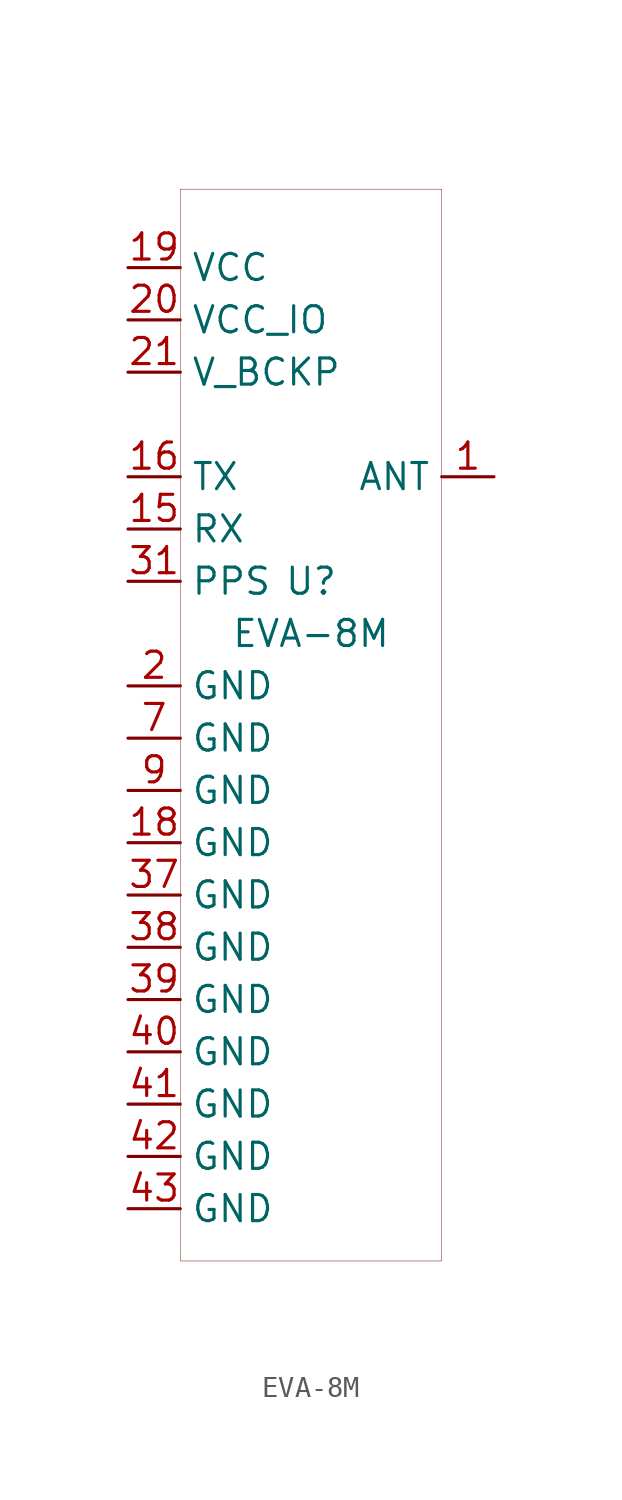
<source format=kicad_sym>
(kicad_symbol_lib
  (version 20201005)
  (generator kicad_symbol_editor)
  (symbol "SX1302:EVA-8M"
    (property "Reference" "U"
      (at 0 0 0)
      (effects (font (size 1.27 1.27))))
    (property "Value" "EVA-8M"
      (at 0 -2.54 0)
      (effects (font (size 1.27 1.27))))
    (symbol "EVA-8M_0_1"
      (rectangle (start -6.35 19.05) (end 6.35 -33.02) (stroke (width 0.001)) (fill (type none))))
    (symbol "EVA-8M_1_1"
      (pin input line (at -8.89 5.08 0) (length 2.54) (name "TX" (effects (font (size 1.27 1.27)))) (number "16" (effects (font (size 1.27 1.27)))))
      (pin input line (at -8.89 2.54 0) (length 2.54) (name "RX" (effects (font (size 1.27 1.27)))) (number "15" (effects (font (size 1.27 1.27)))))
      (pin input line (at -8.89 0 0) (length 2.54) (name "PPS" (effects (font (size 1.27 1.27)))) (number "31" (effects (font (size 1.27 1.27)))))
      (pin input line (at -8.89 -5.08 0) (length 2.54) (name "GND" (effects (font (size 1.27 1.27)))) (number "2" (effects (font (size 1.27 1.27)))))
      (pin input line (at -8.89 15.24 0) (length 2.54) (name "VCC" (effects (font (size 1.27 1.27)))) (number "19" (effects (font (size 1.27 1.27)))))
      (pin input line (at 8.89 5.08 180) (length 2.54) (name "ANT" (effects (font (size 1.27 1.27)))) (number "1" (effects (font (size 1.27 1.27)))))
      (pin input line (at -8.89 -7.62 0) (length 2.54) (name "GND" (effects (font (size 1.27 1.27)))) (number "7" (effects (font (size 1.27 1.27)))))
      (pin input line (at -8.89 -10.16 0) (length 2.54) (name "GND" (effects (font (size 1.27 1.27)))) (number "9" (effects (font (size 1.27 1.27)))))
      (pin input line (at -8.89 -12.7 0) (length 2.54) (name "GND" (effects (font (size 1.27 1.27)))) (number "18" (effects (font (size 1.27 1.27)))))
      (pin input line (at -8.89 12.7 0) (length 2.54) (name "VCC_IO" (effects (font (size 1.27 1.27)))) (number "20" (effects (font (size 1.27 1.27)))))
      (pin input line (at -8.89 10.16 0) (length 2.54) (name "V_BCKP" (effects (font (size 1.27 1.27)))) (number "21" (effects (font (size 1.27 1.27)))))
      (pin input line (at -8.89 -15.24 0) (length 2.54) (name "GND" (effects (font (size 1.27 1.27)))) (number "37" (effects (font (size 1.27 1.27)))))
      (pin input line (at -8.89 -17.78 0) (length 2.54) (name "GND" (effects (font (size 1.27 1.27)))) (number "38" (effects (font (size 1.27 1.27)))))
      (pin input line (at -8.89 -20.32 0) (length 2.54) (name "GND" (effects (font (size 1.27 1.27)))) (number "39" (effects (font (size 1.27 1.27)))))
      (pin input line (at -8.89 -22.86 0) (length 2.54) (name "GND" (effects (font (size 1.27 1.27)))) (number "40" (effects (font (size 1.27 1.27)))))
      (pin input line (at -8.89 -25.4 0) (length 2.54) (name "GND" (effects (font (size 1.27 1.27)))) (number "41" (effects (font (size 1.27 1.27)))))
      (pin input line (at -8.89 -27.94 0) (length 2.54) (name "GND" (effects (font (size 1.27 1.27)))) (number "42" (effects (font (size 1.27 1.27)))))
      (pin input line (at -8.89 -30.48 0) (length 2.54) (name "GND" (effects (font (size 1.27 1.27)))) (number "43" (effects (font (size 1.27 1.27))))))))
</source>
